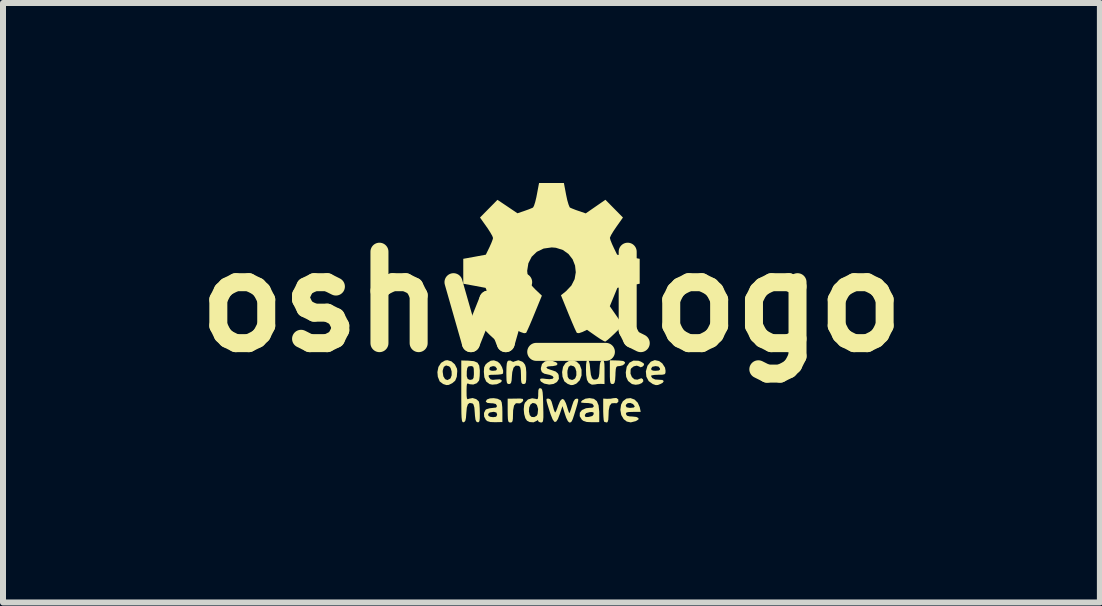
<source format=kicad_pcb>
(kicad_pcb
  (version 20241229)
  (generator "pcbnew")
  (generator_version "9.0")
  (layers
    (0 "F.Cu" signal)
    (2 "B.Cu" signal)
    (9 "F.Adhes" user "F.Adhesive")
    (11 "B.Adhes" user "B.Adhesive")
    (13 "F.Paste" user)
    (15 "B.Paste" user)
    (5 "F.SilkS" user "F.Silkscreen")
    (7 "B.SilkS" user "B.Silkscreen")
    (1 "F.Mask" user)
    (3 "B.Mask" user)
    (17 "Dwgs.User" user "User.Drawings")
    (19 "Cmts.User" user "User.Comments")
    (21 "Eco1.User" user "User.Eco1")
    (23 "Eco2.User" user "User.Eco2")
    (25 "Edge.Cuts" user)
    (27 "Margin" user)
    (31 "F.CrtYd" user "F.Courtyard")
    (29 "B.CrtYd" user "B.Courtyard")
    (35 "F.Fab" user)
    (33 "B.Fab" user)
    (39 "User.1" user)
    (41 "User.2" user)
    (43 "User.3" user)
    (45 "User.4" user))
  (footprint "oshw_logo"
    (layer "F.Cu")
    (at 6.14 1.979)
    (property "Reference" "oshw_logo" (at 0 0 0) (layer "F.SilkS") (effects (font (size 1.524 1.524) (thickness 0.3))))
    (attr board_only exclude_from_pos_files exclude_from_bom)
    (fp_poly (pts (xy 1.113 1.626) (xy 1.115 1.665) (xy 1.087 1.691) (xy 1.05 1.689) (xy 1.002 1.692) (xy 0.97 1.732) (xy 0.954 1.81) (xy 0.951 1.889) (xy 0.947 1.966) (xy 0.935 2.004) (xy 0.921 2.012) (xy 0.883 2.002) (xy 0.877 1.997) (xy 0.87 1.969) (xy 0.865 1.909) (xy 0.862 1.827) (xy 0.862 1.798) (xy 0.862 1.613) (xy 0.923 1.617) (xy 0.986 1.615) (xy 1.028 1.607) (xy 1.081 1.603)) (stroke (width 0) (type solid)) (fill yes) (layer "F.SilkS"))
    (fp_poly (pts (xy -0.476 1.619) (xy -0.471 1.645) (xy -0.487 1.669) (xy -0.524 1.693) (xy -0.548 1.692) (xy -0.593 1.691) (xy -0.624 1.729) (xy -0.639 1.808) (xy -0.641 1.871) (xy -0.643 1.948) (xy -0.649 1.99) (xy -0.663 2.008) (xy -0.685 2.012) (xy -0.706 2.008) (xy -0.719 1.993) (xy -0.726 1.956) (xy -0.729 1.891) (xy -0.73 1.813) (xy -0.73 1.615) (xy -0.647 1.614) (xy -0.58 1.613) (xy -0.527 1.612) (xy -0.523 1.612)) (stroke (width 0) (type solid)) (fill yes) (layer "F.SilkS"))
    (fp_poly (pts (xy 1.067 0.977) (xy 1.135 0.98) (xy 1.19 0.986) (xy 1.199 0.988) (xy 1.226 1.007) (xy 1.219 1.034) (xy 1.188 1.058) (xy 1.14 1.071) (xy 1.135 1.071) (xy 1.102 1.074) (xy 1.082 1.086) (xy 1.072 1.119) (xy 1.067 1.181) (xy 1.066 1.221) (xy 1.061 1.301) (xy 1.052 1.346) (xy 1.038 1.366) (xy 1.016 1.371) (xy 0.995 1.367) (xy 0.983 1.351) (xy 0.976 1.313) (xy 0.973 1.246) (xy 0.973 1.173) (xy 0.973 0.975)) (stroke (width 0) (type solid)) (fill yes) (layer "F.SilkS"))
    (fp_poly (pts (xy 1.45 0.983) (xy 1.491 0.998) (xy 1.537 1.026) (xy 1.543 1.053) (xy 1.518 1.08) (xy 1.484 1.092) (xy 1.465 1.08) (xy 1.422 1.064) (xy 1.371 1.076) (xy 1.33 1.108) (xy 1.319 1.13) (xy 1.317 1.198) (xy 1.34 1.255) (xy 1.382 1.292) (xy 1.433 1.298) (xy 1.46 1.287) (xy 1.499 1.274) (xy 1.524 1.291) (xy 1.531 1.324) (xy 1.506 1.354) (xy 1.459 1.375) (xy 1.403 1.383) (xy 1.349 1.373) (xy 1.337 1.368) (xy 1.276 1.319) (xy 1.245 1.252) (xy 1.238 1.177) (xy 1.254 1.082) (xy 1.299 1.015) (xy 1.366 0.98)) (stroke (width 0) (type solid)) (fill yes) (layer "F.SilkS"))
    (fp_poly (pts (xy 0.624 0.988) (xy 0.637 1.037) (xy 0.645 1.116) (xy 0.656 1.214) (xy 0.675 1.273) (xy 0.705 1.298) (xy 0.748 1.294) (xy 0.773 1.28) (xy 0.788 1.251) (xy 0.797 1.196) (xy 0.8 1.132) (xy 0.806 1.05) (xy 0.816 1.003) (xy 0.833 0.981) (xy 0.846 0.977) (xy 0.864 0.978) (xy 0.875 0.994) (xy 0.882 1.034) (xy 0.884 1.105) (xy 0.884 1.17) (xy 0.884 1.371) (xy 0.823 1.368) (xy 0.766 1.37) (xy 0.73 1.377) (xy 0.679 1.381) (xy 0.663 1.377) (xy 0.619 1.35) (xy 0.591 1.3) (xy 0.578 1.221) (xy 0.575 1.134) (xy 0.577 1.046) (xy 0.584 0.995) (xy 0.598 0.974) (xy 0.605 0.973)) (stroke (width 0) (type solid)) (fill yes) (layer "F.SilkS"))
    (fp_poly (pts (xy -1.667 0.993) (xy -1.61 1.044) (xy -1.575 1.114) (xy -1.57 1.154) (xy -1.578 1.251) (xy -1.605 1.316) (xy -1.655 1.358) (xy -1.66 1.36) (xy -1.712 1.385) (xy -1.751 1.388) (xy -1.798 1.373) (xy -1.806 1.37) (xy -1.863 1.327) (xy -1.894 1.25) (xy -1.901 1.172) (xy -1.9 1.167) (xy -1.813 1.167) (xy -1.802 1.242) (xy -1.773 1.289) (xy -1.734 1.305) (xy -1.69 1.282) (xy -1.681 1.273) (xy -1.663 1.224) (xy -1.664 1.16) (xy -1.682 1.102) (xy -1.705 1.076) (xy -1.757 1.061) (xy -1.794 1.085) (xy -1.812 1.144) (xy -1.813 1.167) (xy -1.9 1.167) (xy -1.884 1.086) (xy -1.84 1.018) (xy -1.775 0.979) (xy -1.735 0.973)) (stroke (width 0) (type solid)) (fill yes) (layer "F.SilkS"))
    (fp_poly (pts (xy 0.419 0.997) (xy 0.47 1.047) (xy 0.5 1.128) (xy 0.501 1.133) (xy 0.501 1.228) (xy 0.471 1.308) (xy 0.417 1.362) (xy 0.406 1.368) (xy 0.357 1.387) (xy 0.321 1.388) (xy 0.272 1.37) (xy 0.215 1.327) (xy 0.184 1.25) (xy 0.178 1.18) (xy 0.265 1.18) (xy 0.271 1.251) (xy 0.294 1.288) (xy 0.34 1.302) (xy 0.345 1.303) (xy 0.379 1.289) (xy 0.397 1.273) (xy 0.415 1.224) (xy 0.414 1.16) (xy 0.396 1.102) (xy 0.373 1.076) (xy 0.321 1.06) (xy 0.285 1.084) (xy 0.267 1.145) (xy 0.265 1.18) (xy 0.178 1.18) (xy 0.177 1.172) (xy 0.193 1.084) (xy 0.234 1.021) (xy 0.292 0.985) (xy 0.356 0.976)) (stroke (width 0) (type solid)) (fill yes) (layer "F.SilkS"))
    (fp_poly (pts (xy 0.018 0.986) (xy 0.081 1.01) (xy 0.102 1.037) (xy 0.082 1.06) (xy 0.021 1.072) (xy 0.006 1.072) (xy -0.061 1.078) (xy -0.086 1.093) (xy -0.068 1.114) (xy -0.008 1.136) (xy 0.004 1.139) (xy 0.072 1.163) (xy 0.109 1.197) (xy 0.12 1.223) (xy 0.124 1.285) (xy 0.092 1.336) (xy 0.036 1.369) (xy -0.038 1.38) (xy -0.118 1.364) (xy -0.129 1.359) (xy -0.175 1.33) (xy -0.192 1.3) (xy -0.179 1.28) (xy -0.141 1.279) (xy -0.088 1.286) (xy -0.033 1.29) (xy 0.019 1.283) (xy 0.035 1.262) (xy 0.017 1.237) (xy -0.033 1.217) (xy -0.045 1.215) (xy -0.12 1.198) (xy -0.16 1.172) (xy -0.176 1.13) (xy -0.177 1.105) (xy -0.158 1.037) (xy -0.108 0.993) (xy -0.034 0.979)) (stroke (width 0) (type solid)) (fill yes) (layer "F.SilkS"))
    (fp_poly (pts (xy -0.486 0.998) (xy -0.464 1.017) (xy -0.44 1.051) (xy -0.426 1.098) (xy -0.42 1.171) (xy -0.42 1.216) (xy -0.421 1.297) (xy -0.427 1.344) (xy -0.439 1.365) (xy -0.461 1.371) (xy -0.464 1.371) (xy -0.488 1.366) (xy -0.501 1.346) (xy -0.507 1.301) (xy -0.508 1.226) (xy -0.511 1.143) (xy -0.52 1.095) (xy -0.538 1.071) (xy -0.545 1.068) (xy -0.596 1.064) (xy -0.632 1.097) (xy -0.653 1.171) (xy -0.659 1.235) (xy -0.664 1.31) (xy -0.674 1.352) (xy -0.691 1.368) (xy -0.708 1.371) (xy -0.729 1.367) (xy -0.742 1.35) (xy -0.749 1.311) (xy -0.751 1.242) (xy -0.752 1.182) (xy -0.75 1.086) (xy -0.744 1.026) (xy -0.733 0.993) (xy -0.716 0.98) (xy -0.678 0.98) (xy -0.666 0.99) (xy -0.637 1.002) (xy -0.618 0.994) (xy -0.552 0.974)) (stroke (width 0) (type solid)) (fill yes) (layer "F.SilkS"))
    (fp_poly (pts (xy 0.706 1.617) (xy 0.756 1.656) (xy 0.785 1.726) (xy 0.796 1.833) (xy 0.796 1.856) (xy 0.796 2.006) (xy 0.672 2.007) (xy 0.588 2.003) (xy 0.534 1.986) (xy 0.507 1.966) (xy 0.47 1.906) (xy 0.471 1.886) (xy 0.556 1.886) (xy 0.559 1.913) (xy 0.586 1.921) (xy 0.622 1.919) (xy 0.682 1.903) (xy 0.704 1.872) (xy 0.701 1.845) (xy 0.674 1.837) (xy 0.638 1.839) (xy 0.578 1.855) (xy 0.556 1.886) (xy 0.471 1.886) (xy 0.472 1.849) (xy 0.509 1.803) (xy 0.575 1.774) (xy 0.628 1.768) (xy 0.682 1.765) (xy 0.703 1.749) (xy 0.703 1.73) (xy 0.68 1.7) (xy 0.622 1.689) (xy 0.618 1.688) (xy 0.541 1.685) (xy 0.501 1.681) (xy 0.49 1.671) (xy 0.503 1.654) (xy 0.514 1.642) (xy 0.565 1.615) (xy 0.633 1.605)) (stroke (width 0) (type solid)) (fill yes) (layer "F.SilkS"))
    (fp_poly (pts (xy 1.384 1.629) (xy 1.438 1.682) (xy 1.472 1.76) (xy 1.472 1.763) (xy 1.487 1.835) (xy 1.361 1.835) (xy 1.289 1.837) (xy 1.252 1.844) (xy 1.241 1.86) (xy 1.242 1.873) (xy 1.259 1.899) (xy 1.301 1.91) (xy 1.347 1.912) (xy 1.415 1.919) (xy 1.45 1.938) (xy 1.449 1.962) (xy 1.407 1.988) (xy 1.404 1.989) (xy 1.321 2.01) (xy 1.255 1.996) (xy 1.204 1.957) (xy 1.163 1.888) (xy 1.148 1.801) (xy 1.157 1.735) (xy 1.238 1.735) (xy 1.253 1.759) (xy 1.304 1.768) (xy 1.317 1.768) (xy 1.372 1.762) (xy 1.388 1.744) (xy 1.388 1.742) (xy 1.359 1.704) (xy 1.315 1.686) (xy 1.271 1.689) (xy 1.242 1.715) (xy 1.238 1.735) (xy 1.157 1.735) (xy 1.16 1.714) (xy 1.19 1.657) (xy 1.249 1.613) (xy 1.317 1.605)) (stroke (width 0) (type solid)) (fill yes) (layer "F.SilkS"))
    (fp_poly (pts (xy -0.899 1.616) (xy -0.846 1.642) (xy -0.829 1.678) (xy -0.82 1.755) (xy -0.818 1.834) (xy -0.818 2.004) (xy -0.937 2.007) (xy -1.018 2.004) (xy -1.069 1.989) (xy -1.092 1.97) (xy -1.122 1.914) (xy -1.124 1.871) (xy -1.056 1.871) (xy -1.05 1.901) (xy -1.02 1.917) (xy -0.971 1.923) (xy -0.923 1.916) (xy -0.907 1.889) (xy -0.906 1.879) (xy -0.917 1.846) (xy -0.956 1.835) (xy -0.971 1.835) (xy -1.03 1.845) (xy -1.056 1.871) (xy -1.124 1.871) (xy -1.124 1.852) (xy -1.1 1.803) (xy -1.085 1.791) (xy -1.031 1.775) (xy -0.973 1.768) (xy -0.924 1.763) (xy -0.909 1.743) (xy -0.911 1.73) (xy -0.929 1.703) (xy -0.975 1.692) (xy -1.006 1.691) (xy -1.068 1.685) (xy -1.093 1.666) (xy -1.094 1.659) (xy -1.075 1.628) (xy -1.027 1.61) (xy -0.964 1.606)) (stroke (width 0) (type solid)) (fill yes) (layer "F.SilkS"))
    (fp_poly (pts (xy 1.794 0.988) (xy 1.847 1.027) (xy 1.892 1.097) (xy 1.901 1.149) (xy 1.899 1.187) (xy 1.886 1.207) (xy 1.851 1.215) (xy 1.783 1.216) (xy 1.78 1.216) (xy 1.713 1.219) (xy 1.669 1.227) (xy 1.658 1.235) (xy 1.678 1.271) (xy 1.728 1.295) (xy 1.791 1.299) (xy 1.849 1.303) (xy 1.871 1.322) (xy 1.854 1.349) (xy 1.823 1.367) (xy 1.773 1.387) (xy 1.737 1.388) (xy 1.688 1.371) (xy 1.62 1.322) (xy 1.581 1.248) (xy 1.573 1.159) (xy 1.587 1.111) (xy 1.662 1.111) (xy 1.666 1.137) (xy 1.697 1.148) (xy 1.735 1.15) (xy 1.789 1.145) (xy 1.809 1.129) (xy 1.808 1.111) (xy 1.784 1.08) (xy 1.735 1.072) (xy 1.681 1.083) (xy 1.662 1.111) (xy 1.587 1.111) (xy 1.6 1.066) (xy 1.602 1.063) (xy 1.655 0.998) (xy 1.722 0.972)) (stroke (width 0) (type solid)) (fill yes) (layer "F.SilkS"))
    (fp_poly (pts (xy -0.896 0.998) (xy -0.857 1.033) (xy -0.824 1.089) (xy -0.805 1.148) (xy -0.807 1.194) (xy -0.809 1.197) (xy -0.836 1.208) (xy -0.892 1.214) (xy -0.942 1.216) (xy -1.01 1.217) (xy -1.043 1.223) (xy -1.049 1.238) (xy -1.038 1.263) (xy -1.014 1.293) (xy -0.977 1.301) (xy -0.928 1.296) (xy -0.864 1.292) (xy -0.83 1.305) (xy -0.832 1.329) (xy -0.846 1.344) (xy -0.91 1.374) (xy -0.987 1.381) (xy -1.032 1.371) (xy -1.088 1.329) (xy -1.119 1.257) (xy -1.127 1.164) (xy -1.123 1.111) (xy -1.035 1.111) (xy -1.03 1.138) (xy -0.996 1.149) (xy -0.973 1.15) (xy -0.924 1.144) (xy -0.909 1.124) (xy -0.911 1.111) (xy -0.937 1.079) (xy -0.973 1.072) (xy -1.021 1.086) (xy -1.035 1.111) (xy -1.123 1.111) (xy -1.122 1.093) (xy -1.1 1.048) (xy -1.069 1.018) (xy -1.011 0.982) (xy -0.959 0.976)) (stroke (width 0) (type solid)) (fill yes) (layer "F.SilkS"))
    (fp_poly (pts (xy -0.182 1.441) (xy -0.166 1.449) (xy -0.155 1.47) (xy -0.147 1.51) (xy -0.142 1.579) (xy -0.139 1.681) (xy -0.138 1.73) (xy -0.135 1.846) (xy -0.135 1.925) (xy -0.139 1.974) (xy -0.146 2) (xy -0.159 2.01) (xy -0.176 2.012) (xy -0.212 2.001) (xy -0.221 1.985) (xy -0.228 1.97) (xy -0.248 1.985) (xy -0.3 2.009) (xy -0.364 2.004) (xy -0.408 1.982) (xy -0.436 1.94) (xy -0.455 1.87) (xy -0.459 1.827) (xy -0.376 1.827) (xy -0.362 1.888) (xy -0.332 1.919) (xy -0.287 1.922) (xy -0.247 1.9) (xy -0.231 1.87) (xy -0.223 1.788) (xy -0.242 1.722) (xy -0.269 1.695) (xy -0.313 1.686) (xy -0.349 1.711) (xy -0.371 1.761) (xy -0.376 1.827) (xy -0.459 1.827) (xy -0.462 1.79) (xy -0.455 1.718) (xy -0.443 1.682) (xy -0.392 1.628) (xy -0.323 1.608) (xy -0.271 1.616) (xy -0.24 1.624) (xy -0.226 1.612) (xy -0.221 1.57) (xy -0.221 1.534) (xy -0.218 1.472) (xy -0.207 1.444) (xy -0.184 1.441)) (stroke (width 0) (type solid)) (fill yes) (layer "F.SilkS"))
    (fp_poly (pts (xy 0.438 1.616) (xy 0.447 1.629) (xy 0.443 1.66) (xy 0.428 1.719) (xy 0.405 1.796) (xy 0.375 1.893) (xy 0.354 1.956) (xy 0.338 1.991) (xy 0.324 2.007) (xy 0.308 2.011) (xy 0.298 2.012) (xy 0.274 1.991) (xy 0.246 1.935) (xy 0.225 1.875) (xy 0.183 1.739) (xy 0.139 1.87) (xy 0.107 1.955) (xy 0.077 1.999) (xy 0.049 2.001) (xy 0.02 1.961) (xy -0.013 1.879) (xy -0.03 1.827) (xy -0.06 1.731) (xy -0.078 1.669) (xy -0.084 1.634) (xy -0.08 1.618) (xy -0.065 1.614) (xy -0.048 1.614) (xy -0.02 1.625) (xy 0.002 1.664) (xy 0.022 1.735) (xy 0.04 1.799) (xy 0.056 1.838) (xy 0.064 1.844) (xy 0.079 1.818) (xy 0.1 1.764) (xy 0.112 1.728) (xy 0.145 1.652) (xy 0.178 1.619) (xy 0.209 1.631) (xy 0.239 1.687) (xy 0.255 1.734) (xy 0.275 1.8) (xy 0.291 1.845) (xy 0.298 1.857) (xy 0.308 1.838) (xy 0.326 1.788) (xy 0.342 1.735) (xy 0.367 1.662) (xy 0.392 1.624) (xy 0.419 1.614)) (stroke (width 0) (type solid)) (fill yes) (layer "F.SilkS"))
    (fp_poly (pts (xy -1.384 0.981) (xy -1.291 0.99) (xy -1.233 1.015) (xy -1.204 1.063) (xy -1.194 1.141) (xy -1.194 1.161) (xy -1.196 1.235) (xy -1.203 1.295) (xy -1.208 1.315) (xy -1.244 1.357) (xy -1.303 1.379) (xy -1.362 1.374) (xy -1.372 1.37) (xy -1.395 1.361) (xy -1.408 1.369) (xy -1.413 1.405) (xy -1.415 1.474) (xy -1.415 1.492) (xy -1.414 1.569) (xy -1.409 1.61) (xy -1.398 1.624) (xy -1.377 1.617) (xy -1.372 1.615) (xy -1.314 1.604) (xy -1.254 1.622) (xy -1.212 1.66) (xy -1.208 1.669) (xy -1.201 1.709) (xy -1.196 1.778) (xy -1.194 1.86) (xy -1.195 1.942) (xy -1.2 1.987) (xy -1.212 2.006) (xy -1.232 2.008) (xy -1.254 1.995) (xy -1.267 1.962) (xy -1.275 1.899) (xy -1.278 1.853) (xy -1.285 1.763) (xy -1.3 1.711) (xy -1.316 1.694) (xy -1.363 1.686) (xy -1.393 1.708) (xy -1.411 1.765) (xy -1.419 1.853) (xy -1.425 1.935) (xy -1.435 1.982) (xy -1.452 2.003) (xy -1.465 2.008) (xy -1.477 2.007) (xy -1.486 1.997) (xy -1.493 1.973) (xy -1.498 1.929) (xy -1.501 1.861) (xy -1.502 1.762) (xy -1.503 1.628) (xy -1.503 1.496) (xy -1.503 1.24) (xy -1.412 1.24) (xy -1.396 1.286) (xy -1.361 1.301) (xy -1.343 1.3) (xy -1.313 1.291) (xy -1.298 1.266) (xy -1.293 1.213) (xy -1.293 1.183) (xy -1.295 1.117) (xy -1.304 1.084) (xy -1.326 1.073) (xy -1.348 1.072) (xy -1.385 1.078) (xy -1.403 1.104) (xy -1.411 1.157) (xy -1.412 1.24) (xy -1.503 1.24) (xy -1.503 0.978)) (stroke (width 0) (type solid)) (fill yes) (layer "F.SilkS"))
    (fp_poly (pts (xy 0.244 -1.783) (xy 0.263 -1.694) (xy 0.284 -1.622) (xy 0.302 -1.578) (xy 0.308 -1.57) (xy 0.344 -1.554) (xy 0.405 -1.53) (xy 0.454 -1.513) (xy 0.571 -1.473) (xy 0.899 -1.7) (xy 1.045 -1.552) (xy 1.191 -1.404) (xy 1.082 -1.25) (xy 1.032 -1.176) (xy 0.994 -1.113) (xy 0.975 -1.07) (xy 0.974 -1.063) (xy 0.984 -1.025) (xy 1.009 -0.963) (xy 1.035 -0.906) (xy 1.094 -0.785) (xy 1.282 -0.75) (xy 1.47 -0.716) (xy 1.47 -0.301) (xy 1.284 -0.267) (xy 1.098 -0.232) (xy 1.035 -0.079) (xy 0.972 0.074) (xy 1.082 0.232) (xy 1.191 0.391) (xy 1.054 0.527) (xy 0.989 0.588) (xy 0.936 0.635) (xy 0.9 0.661) (xy 0.893 0.663) (xy 0.866 0.651) (xy 0.813 0.62) (xy 0.745 0.574) (xy 0.732 0.565) (xy 0.592 0.467) (xy 0.517 0.503) (xy 0.458 0.523) (xy 0.424 0.519) (xy 0.423 0.518) (xy 0.409 0.491) (xy 0.381 0.431) (xy 0.344 0.345) (xy 0.301 0.242) (xy 0.281 0.194) (xy 0.158 -0.109) (xy 0.242 -0.176) (xy 0.332 -0.271) (xy 0.386 -0.378) (xy 0.405 -0.492) (xy 0.393 -0.604) (xy 0.352 -0.708) (xy 0.283 -0.797) (xy 0.19 -0.863) (xy 0.074 -0.9) (xy 0.005 -0.906) (xy -0.131 -0.887) (xy -0.244 -0.833) (xy -0.33 -0.75) (xy -0.385 -0.642) (xy -0.405 -0.516) (xy -0.394 -0.413) (xy -0.371 -0.337) (xy -0.333 -0.273) (xy -0.268 -0.204) (xy -0.265 -0.202) (xy -0.16 -0.102) (xy -0.283 0.198) (xy -0.327 0.305) (xy -0.367 0.399) (xy -0.399 0.47) (xy -0.419 0.512) (xy -0.423 0.518) (xy -0.456 0.524) (xy -0.513 0.505) (xy -0.517 0.503) (xy -0.592 0.467) (xy -0.732 0.565) (xy -0.801 0.612) (xy -0.858 0.647) (xy -0.891 0.663) (xy -0.894 0.663) (xy -0.92 0.648) (xy -0.967 0.609) (xy -1.028 0.553) (xy -1.054 0.527) (xy -1.191 0.39) (xy -1.082 0.232) (xy -0.972 0.074) (xy -1.035 -0.079) (xy -1.098 -0.232) (xy -1.284 -0.267) (xy -1.47 -0.301) (xy -1.47 -0.716) (xy -1.282 -0.75) (xy -1.094 -0.785) (xy -1.035 -0.906) (xy -1.003 -0.977) (xy -0.981 -1.035) (xy -0.974 -1.063) (xy -0.986 -1.096) (xy -1.018 -1.153) (xy -1.064 -1.225) (xy -1.082 -1.25) (xy -1.191 -1.404) (xy -0.9 -1.699) (xy -0.733 -1.587) (xy -0.567 -1.475) (xy -0.452 -1.514) (xy -0.382 -1.539) (xy -0.328 -1.561) (xy -0.308 -1.57) (xy -0.292 -1.598) (xy -0.272 -1.659) (xy -0.252 -1.742) (xy -0.244 -1.783) (xy -0.207 -1.979) (xy 0.207 -1.979)) (stroke (width 0) (type solid)) (fill yes) (layer "F.SilkS")))
  (gr_rect
    (start -3 -3)
    (end 15.279 6.99)
    (stroke (width 0.1) (type default))
    (fill no)
    (layer "Edge.Cuts")))
</source>
